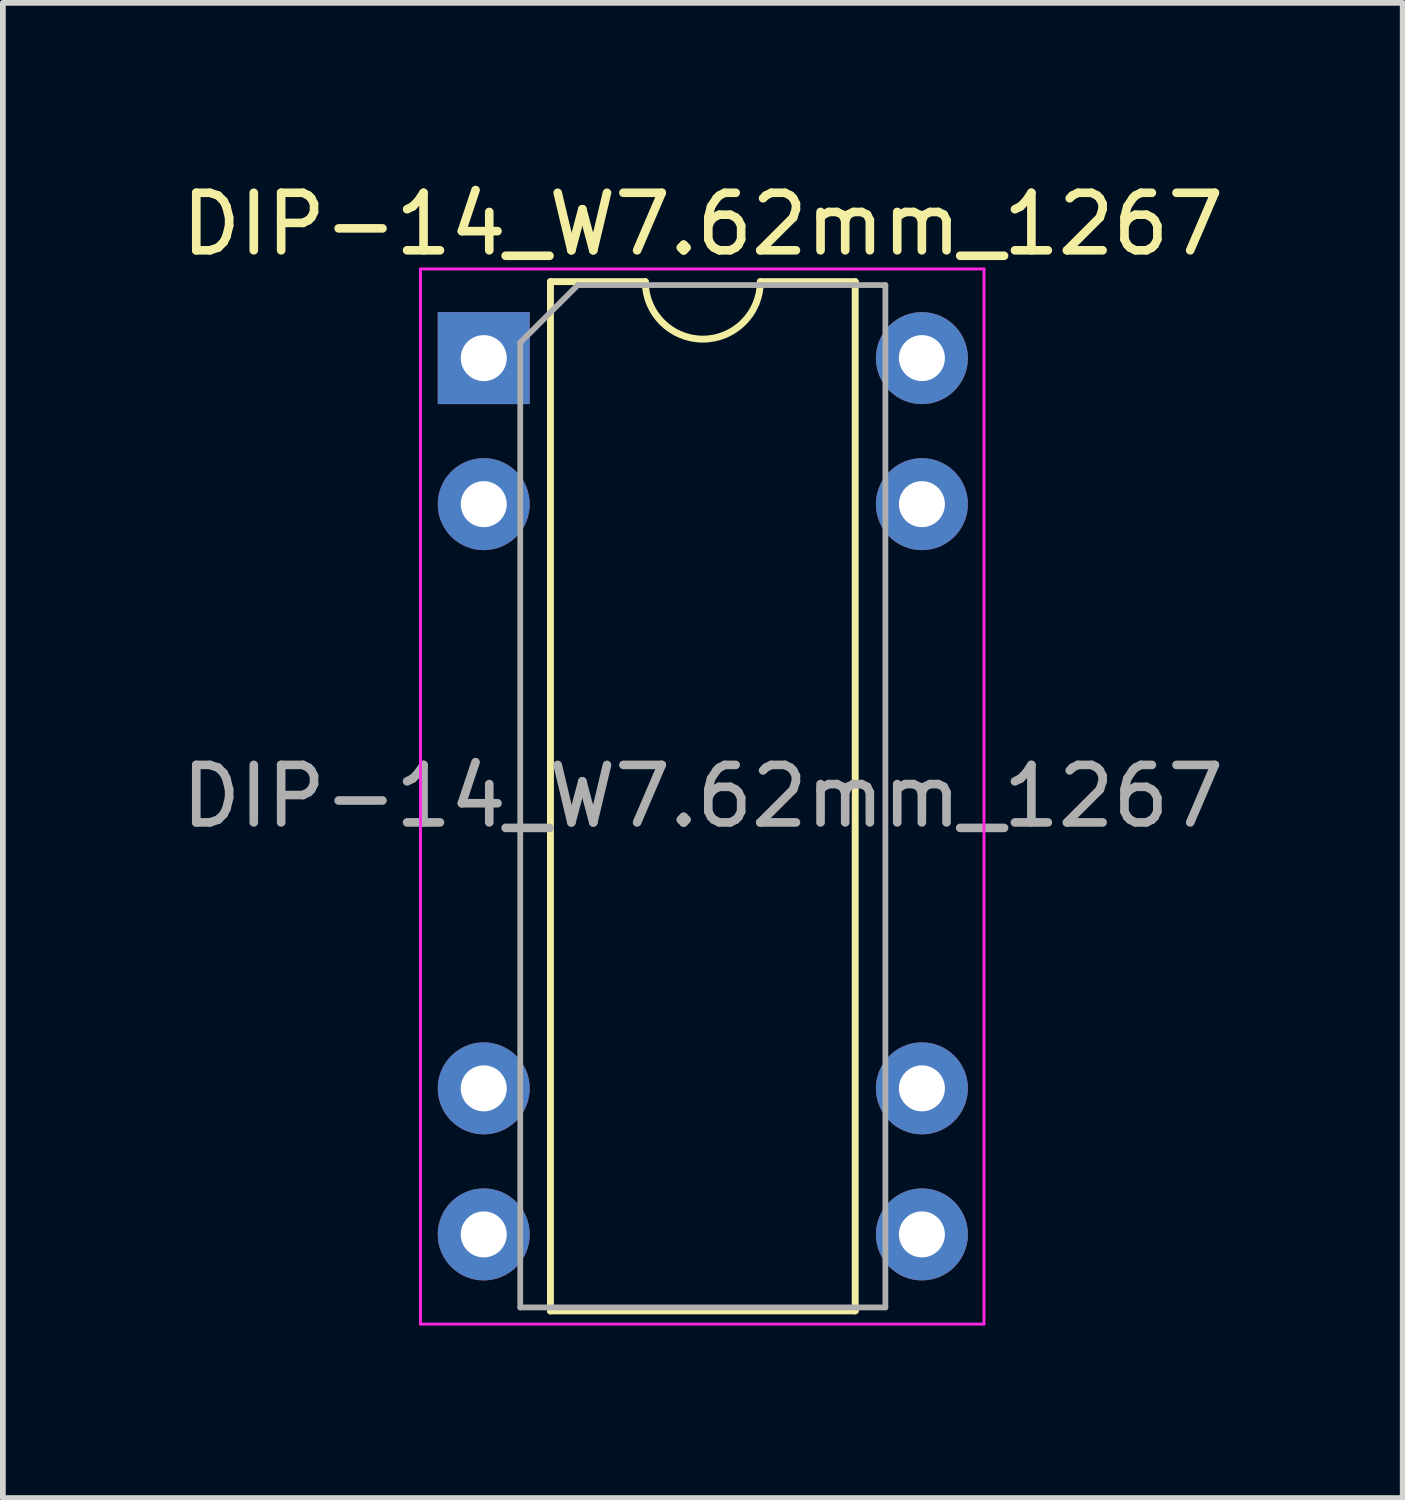
<source format=kicad_pcb>
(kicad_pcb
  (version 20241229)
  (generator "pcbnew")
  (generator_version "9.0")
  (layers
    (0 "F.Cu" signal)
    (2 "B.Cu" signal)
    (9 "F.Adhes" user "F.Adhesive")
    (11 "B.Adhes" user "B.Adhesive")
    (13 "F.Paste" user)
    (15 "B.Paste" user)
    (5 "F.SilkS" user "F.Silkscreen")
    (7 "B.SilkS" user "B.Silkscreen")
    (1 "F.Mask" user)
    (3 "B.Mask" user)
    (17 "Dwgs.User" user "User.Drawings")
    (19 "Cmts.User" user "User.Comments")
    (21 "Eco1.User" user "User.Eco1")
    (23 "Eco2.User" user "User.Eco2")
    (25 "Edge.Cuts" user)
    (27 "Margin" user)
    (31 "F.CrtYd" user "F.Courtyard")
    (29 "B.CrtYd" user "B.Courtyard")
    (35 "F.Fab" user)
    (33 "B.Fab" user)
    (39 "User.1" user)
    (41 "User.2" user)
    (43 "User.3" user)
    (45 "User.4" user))
  (footprint "DIP-14_W7.62mm_1267"
    (layer "F.Cu")
    (at 5.363 3.178)
    (property "Reference" "DIP-14_W7.62mm_1267" (at 3.81 -2.33 0) (layer "F.SilkS") (effects (font (size 1 1) (thickness 0.15))))
    (attr through_hole)
    (fp_line (start 1.16 -1.33) (end 1.16 16.57) (stroke (width 0.12) (type solid)) (layer "F.SilkS"))
    (fp_line (start 1.16 16.57) (end 6.46 16.57) (stroke (width 0.12) (type solid)) (layer "F.SilkS"))
    (fp_line (start 2.81 -1.33) (end 1.16 -1.33) (stroke (width 0.12) (type solid)) (layer "F.SilkS"))
    (fp_line (start 6.46 -1.33) (end 4.81 -1.33) (stroke (width 0.12) (type solid)) (layer "F.SilkS"))
    (fp_line (start 6.46 16.57) (end 6.46 -1.33) (stroke (width 0.12) (type solid)) (layer "F.SilkS"))
    (fp_arc (start 4.81 -1.33) (mid 3.81 -0.33) (end 2.81 -1.33) (stroke (width 0.12) (type solid)) (layer "F.SilkS"))
    (fp_line (start -1.1 -1.55) (end -1.1 16.8) (stroke (width 0.05) (type solid)) (layer "F.CrtYd"))
    (fp_line (start -1.1 16.8) (end 8.7 16.8) (stroke (width 0.05) (type solid)) (layer "F.CrtYd"))
    (fp_line (start 8.7 -1.55) (end -1.1 -1.55) (stroke (width 0.05) (type solid)) (layer "F.CrtYd"))
    (fp_line (start 8.7 16.8) (end 8.7 -1.55) (stroke (width 0.05) (type solid)) (layer "F.CrtYd"))
    (fp_line (start 0.635 -0.27) (end 1.635 -1.27) (stroke (width 0.1) (type solid)) (layer "F.Fab"))
    (fp_line (start 0.635 16.51) (end 0.635 -0.27) (stroke (width 0.1) (type solid)) (layer "F.Fab"))
    (fp_line (start 1.635 -1.27) (end 6.985 -1.27) (stroke (width 0.1) (type solid)) (layer "F.Fab"))
    (fp_line (start 6.985 -1.27) (end 6.985 16.51) (stroke (width 0.1) (type solid)) (layer "F.Fab"))
    (fp_line (start 6.985 16.51) (end 0.635 16.51) (stroke (width 0.1) (type solid)) (layer "F.Fab"))
    (fp_text user "${REFERENCE}" (at 3.81 7.62 0) (layer "F.Fab") (effects (font (size 1 1) (thickness 0.15))))
    (pad "1" thru_hole rect (at 0 0) (size 1.6 1.6) (drill 0.8) (layers "*.Cu" "*.Mask"))
    (pad "2" thru_hole oval (at 0 2.54) (size 1.6 1.6) (drill 0.8) (layers "*.Cu" "*.Mask"))
    (pad "6" thru_hole oval (at 0 12.7) (size 1.6 1.6) (drill 0.8) (layers "*.Cu" "*.Mask"))
    (pad "7" thru_hole oval (at 0 15.24) (size 1.6 1.6) (drill 0.8) (layers "*.Cu" "*.Mask"))
    (pad "8" thru_hole oval (at 7.62 15.24) (size 1.6 1.6) (drill 0.8) (layers "*.Cu" "*.Mask"))
    (pad "9" thru_hole oval (at 7.62 12.7) (size 1.6 1.6) (drill 0.8) (layers "*.Cu" "*.Mask"))
    (pad "13" thru_hole oval (at 7.62 2.54) (size 1.6 1.6) (drill 0.8) (layers "*.Cu" "*.Mask"))
    (pad "14" thru_hole oval (at 7.62 0) (size 1.6 1.6) (drill 0.8) (layers "*.Cu" "*.Mask")))
  (gr_rect
    (start -3 -3)
    (end 21.345 23.003)
    (stroke (width 0.1) (type default))
    (fill no)
    (layer "Edge.Cuts")))
</source>
